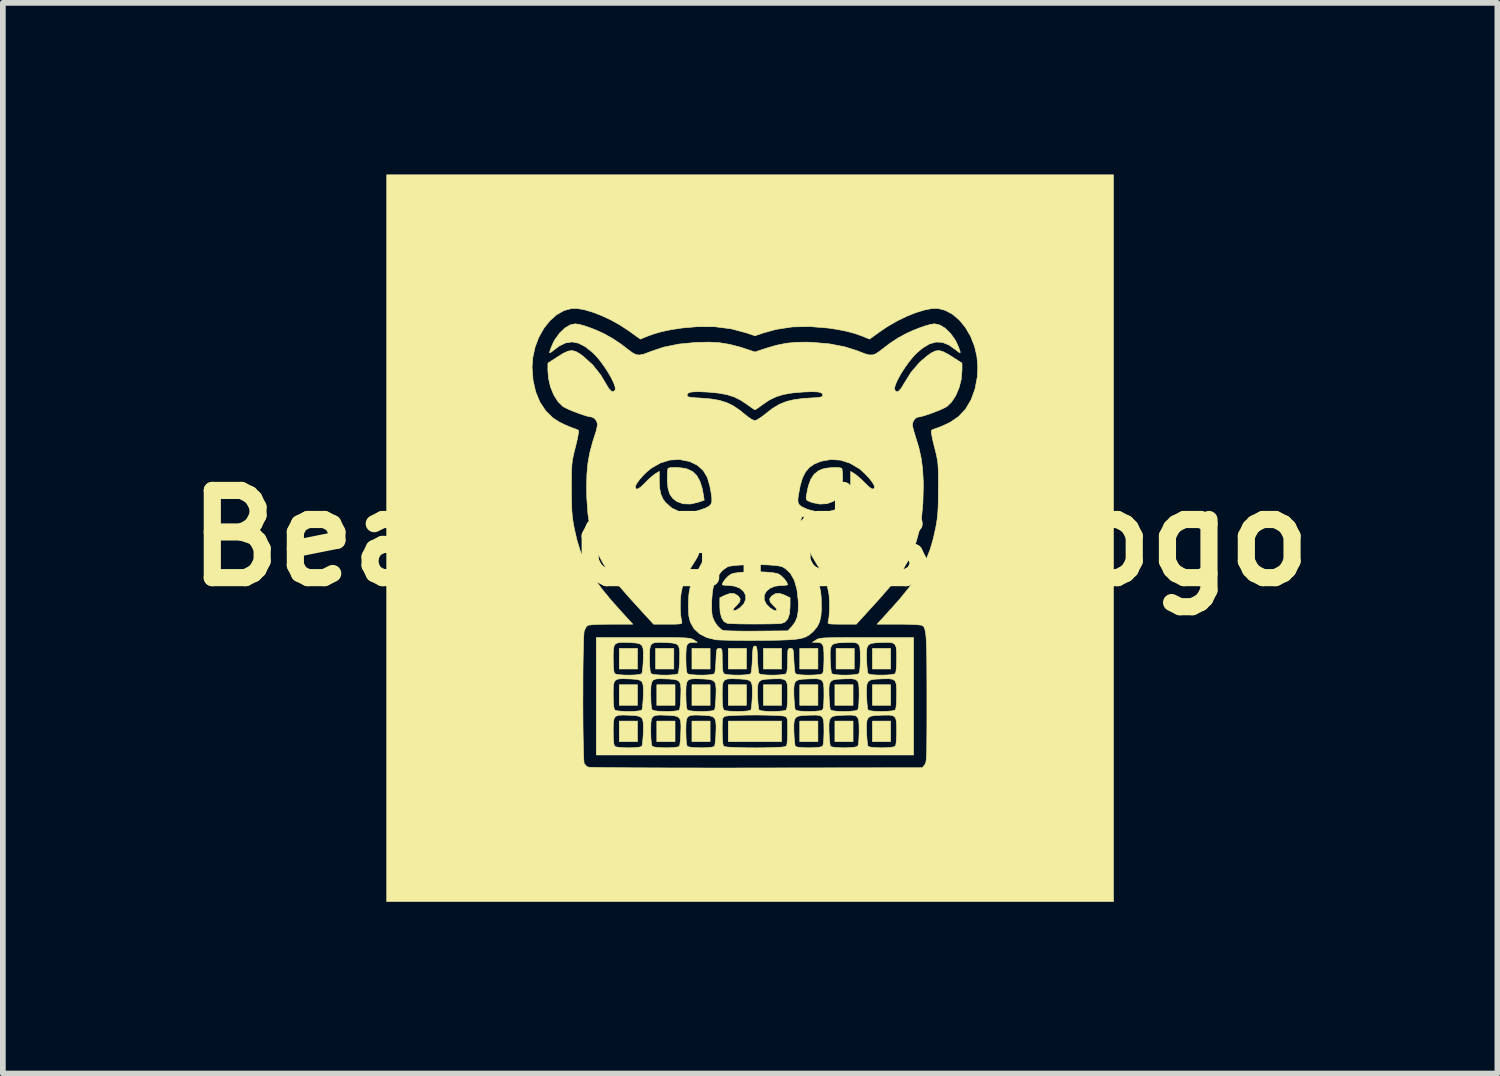
<source format=kicad_pcb>
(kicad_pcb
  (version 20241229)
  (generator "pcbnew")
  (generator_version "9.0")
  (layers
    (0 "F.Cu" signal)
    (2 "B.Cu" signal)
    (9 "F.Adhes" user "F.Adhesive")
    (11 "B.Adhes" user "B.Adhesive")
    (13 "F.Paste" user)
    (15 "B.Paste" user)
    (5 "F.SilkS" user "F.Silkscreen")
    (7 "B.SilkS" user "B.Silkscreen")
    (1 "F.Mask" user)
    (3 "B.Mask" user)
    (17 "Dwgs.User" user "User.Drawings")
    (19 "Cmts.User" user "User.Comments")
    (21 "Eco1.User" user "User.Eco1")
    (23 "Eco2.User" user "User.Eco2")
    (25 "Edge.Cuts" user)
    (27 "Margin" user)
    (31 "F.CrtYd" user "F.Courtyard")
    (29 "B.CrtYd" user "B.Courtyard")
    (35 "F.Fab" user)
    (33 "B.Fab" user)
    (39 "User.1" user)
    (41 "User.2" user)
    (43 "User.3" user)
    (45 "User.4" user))
  (footprint "BearBoards_Logo"
    (layer "F.Cu")
    (at 10.058 6.355)
    (property "Reference" "BearBoards_Logo" (at 0 0 0) (layer "F.SilkS") (effects (font (size 1.524 1.524) (thickness 0.3))))
    (attr through_hole)
    (fp_poly (pts (xy -1.968 2.286) (xy -2.286 2.286) (xy -2.286 1.926) (xy -1.968 1.926) (xy -1.968 2.286)) (stroke (width 0.01) (type solid)) (fill yes) (layer "F.SilkS"))
    (fp_poly (pts (xy -1.968 2.921) (xy -2.286 2.921) (xy -2.286 2.561) (xy -1.968 2.561) (xy -1.968 2.921)) (stroke (width 0.01) (type solid)) (fill yes) (layer "F.SilkS"))
    (fp_poly (pts (xy -1.968 3.556) (xy -2.286 3.556) (xy -2.286 3.196) (xy -1.968 3.196) (xy -1.968 3.556)) (stroke (width 0.01) (type solid)) (fill yes) (layer "F.SilkS"))
    (fp_poly (pts (xy -1.333 2.286) (xy -1.651 2.286) (xy -1.651 1.926) (xy -1.333 1.926) (xy -1.333 2.286)) (stroke (width 0.01) (type solid)) (fill yes) (layer "F.SilkS"))
    (fp_poly (pts (xy -1.312 2.921) (xy -1.63 2.921) (xy -1.63 2.561) (xy -1.312 2.561) (xy -1.312 2.921)) (stroke (width 0.01) (type solid)) (fill yes) (layer "F.SilkS"))
    (fp_poly (pts (xy -1.312 3.556) (xy -1.63 3.556) (xy -1.63 3.196) (xy -1.312 3.196) (xy -1.312 3.556)) (stroke (width 0.01) (type solid)) (fill yes) (layer "F.SilkS"))
    (fp_poly (pts (xy -0.699 2.286) (xy -1.016 2.286) (xy -1.016 1.926) (xy -0.699 1.926) (xy -0.699 2.286)) (stroke (width 0.01) (type solid)) (fill yes) (layer "F.SilkS"))
    (fp_poly (pts (xy -0.699 2.921) (xy -1.016 2.921) (xy -1.016 2.561) (xy -0.699 2.561) (xy -0.699 2.921)) (stroke (width 0.01) (type solid)) (fill yes) (layer "F.SilkS"))
    (fp_poly (pts (xy -0.699 3.556) (xy -1.016 3.556) (xy -1.016 3.196) (xy -0.699 3.196) (xy -0.699 3.556)) (stroke (width 0.01) (type solid)) (fill yes) (layer "F.SilkS"))
    (fp_poly (pts (xy -0.064 2.286) (xy -0.381 2.286) (xy -0.381 1.926) (xy -0.064 1.926) (xy -0.064 2.286)) (stroke (width 0.01) (type solid)) (fill yes) (layer "F.SilkS"))
    (fp_poly (pts (xy -0.064 2.921) (xy -0.381 2.921) (xy -0.381 2.561) (xy -0.064 2.561) (xy -0.064 2.921)) (stroke (width 0.01) (type solid)) (fill yes) (layer "F.SilkS"))
    (fp_poly (pts (xy 0.55 2.286) (xy 0.233 2.286) (xy 0.233 1.926) (xy 0.55 1.926) (xy 0.55 2.286)) (stroke (width 0.01) (type solid)) (fill yes) (layer "F.SilkS"))
    (fp_poly (pts (xy 0.55 2.921) (xy 0.233 2.921) (xy 0.233 2.561) (xy 0.55 2.561) (xy 0.55 2.921)) (stroke (width 0.01) (type solid)) (fill yes) (layer "F.SilkS"))
    (fp_poly (pts (xy 0.55 3.556) (xy -0.381 3.556) (xy -0.381 3.196) (xy 0.55 3.196) (xy 0.55 3.556)) (stroke (width 0.01) (type solid)) (fill yes) (layer "F.SilkS"))
    (fp_poly (pts (xy 1.185 2.286) (xy 0.868 2.286) (xy 0.868 1.926) (xy 1.185 1.926) (xy 1.185 2.286)) (stroke (width 0.01) (type solid)) (fill yes) (layer "F.SilkS"))
    (fp_poly (pts (xy 1.185 2.921) (xy 0.868 2.921) (xy 0.868 2.561) (xy 1.185 2.561) (xy 1.185 2.921)) (stroke (width 0.01) (type solid)) (fill yes) (layer "F.SilkS"))
    (fp_poly (pts (xy 1.185 3.556) (xy 0.868 3.556) (xy 0.868 3.196) (xy 1.185 3.196) (xy 1.185 3.556)) (stroke (width 0.01) (type solid)) (fill yes) (layer "F.SilkS"))
    (fp_poly (pts (xy 1.799 2.921) (xy 1.482 2.921) (xy 1.482 2.561) (xy 1.799 2.561) (xy 1.799 2.921)) (stroke (width 0.01) (type solid)) (fill yes) (layer "F.SilkS"))
    (fp_poly (pts (xy 1.799 3.556) (xy 1.482 3.556) (xy 1.482 3.196) (xy 1.799 3.196) (xy 1.799 3.556)) (stroke (width 0.01) (type solid)) (fill yes) (layer "F.SilkS"))
    (fp_poly (pts (xy 1.82 2.286) (xy 1.503 2.286) (xy 1.503 1.926) (xy 1.82 1.926) (xy 1.82 2.286)) (stroke (width 0.01) (type solid)) (fill yes) (layer "F.SilkS"))
    (fp_poly (pts (xy 2.455 2.286) (xy 2.138 2.286) (xy 2.138 1.926) (xy 2.455 1.926) (xy 2.455 2.286)) (stroke (width 0.01) (type solid)) (fill yes) (layer "F.SilkS"))
    (fp_poly (pts (xy 2.455 2.921) (xy 2.138 2.921) (xy 2.138 2.561) (xy 2.455 2.561) (xy 2.455 2.921)) (stroke (width 0.01) (type solid)) (fill yes) (layer "F.SilkS"))
    (fp_poly (pts (xy 2.455 3.556) (xy 2.138 3.556) (xy 2.138 3.196) (xy 2.455 3.196) (xy 2.455 3.556)) (stroke (width 0.01) (type solid)) (fill yes) (layer "F.SilkS"))
    (fp_poly (pts (xy -1.26 -1.234) (xy -1.18 -1.226) (xy -1.111 -1.213) (xy -1.095 -1.208) (xy -1.004 -1.164) (xy -0.933 -1.096) (xy -0.878 -0.998) (xy -0.837 -0.868) (xy -0.815 -0.751) (xy -0.802 -0.665) (xy -0.904 -0.629) (xy -1.042 -0.597) (xy -1.169 -0.601) (xy -1.279 -0.641) (xy -1.353 -0.697) (xy -1.404 -0.772) (xy -1.434 -0.871) (xy -1.447 -1.002) (xy -1.447 -1.026) (xy -1.446 -1.109) (xy -1.442 -1.176) (xy -1.435 -1.216) (xy -1.432 -1.221) (xy -1.399 -1.232) (xy -1.337 -1.236) (xy -1.26 -1.234)) (stroke (width 0.01) (type solid)) (fill yes) (layer "F.SilkS"))
    (fp_poly (pts (xy 1.553 -1.233) (xy 1.596 -1.224) (xy 1.602 -1.221) (xy 1.609 -1.192) (xy 1.615 -1.133) (xy 1.617 -1.054) (xy 1.617 -1.026) (xy 1.607 -0.889) (xy 1.58 -0.785) (xy 1.532 -0.708) (xy 1.461 -0.649) (xy 1.448 -0.641) (xy 1.343 -0.603) (xy 1.221 -0.596) (xy 1.094 -0.62) (xy 1.063 -0.631) (xy 1.007 -0.654) (xy 0.983 -0.676) (xy 0.979 -0.712) (xy 0.985 -0.751) (xy 1.017 -0.908) (xy 1.061 -1.029) (xy 1.12 -1.118) (xy 1.197 -1.179) (xy 1.265 -1.208) (xy 1.328 -1.223) (xy 1.406 -1.232) (xy 1.485 -1.236) (xy 1.553 -1.233)) (stroke (width 0.01) (type solid)) (fill yes) (layer "F.SilkS"))
    (fp_poly (pts (xy 0.183 0.588) (xy 0.301 0.594) (xy 0.402 0.604) (xy 0.476 0.618) (xy 0.497 0.626) (xy 0.547 0.66) (xy 0.598 0.711) (xy 0.638 0.765) (xy 0.656 0.809) (xy 0.656 0.812) (xy 0.637 0.82) (xy 0.588 0.825) (xy 0.548 0.826) (xy 0.434 0.839) (xy 0.343 0.877) (xy 0.28 0.932) (xy 0.247 1.001) (xy 0.247 1.076) (xy 0.283 1.152) (xy 0.348 1.217) (xy 0.411 1.257) (xy 0.453 1.269) (xy 0.467 1.255) (xy 0.451 1.22) (xy 0.402 1.172) (xy 0.351 1.114) (xy 0.342 1.061) (xy 0.375 1.012) (xy 0.376 1.011) (xy 0.442 0.97) (xy 0.513 0.964) (xy 0.599 0.993) (xy 0.604 0.995) (xy 0.699 1.041) (xy 0.698 1.193) (xy 0.689 1.318) (xy 0.66 1.407) (xy 0.611 1.464) (xy 0.55 1.489) (xy 0.508 1.493) (xy 0.432 1.496) (xy 0.331 1.498) (xy 0.212 1.499) (xy 0.084 1.5) (xy -0.044 1.499) (xy -0.165 1.498) (xy -0.269 1.495) (xy -0.349 1.492) (xy -0.396 1.488) (xy -0.398 1.488) (xy -0.457 1.456) (xy -0.499 1.387) (xy -0.524 1.286) (xy -0.529 1.193) (xy -0.529 1.041) (xy -0.434 0.995) (xy -0.348 0.965) (xy -0.276 0.969) (xy -0.21 1.008) (xy -0.206 1.011) (xy -0.173 1.06) (xy -0.182 1.113) (xy -0.232 1.171) (xy -0.233 1.172) (xy -0.283 1.223) (xy -0.298 1.256) (xy -0.282 1.269) (xy -0.239 1.256) (xy -0.178 1.217) (xy -0.108 1.145) (xy -0.076 1.068) (xy -0.08 0.993) (xy -0.116 0.926) (xy -0.182 0.872) (xy -0.275 0.837) (xy -0.379 0.826) (xy -0.44 0.823) (xy -0.479 0.817) (xy -0.487 0.812) (xy -0.472 0.77) (xy -0.433 0.716) (xy -0.383 0.665) (xy -0.332 0.628) (xy -0.327 0.626) (xy -0.27 0.61) (xy -0.18 0.598) (xy -0.068 0.59) (xy 0.056 0.587) (xy 0.183 0.588)) (stroke (width 0.01) (type solid)) (fill yes) (layer "F.SilkS"))
    (fp_poly (pts (xy 6.35 6.35) (xy -6.35 6.35) (xy -6.35 -2.985) (xy -3.81 -2.985) (xy -3.793 -2.761) (xy -3.747 -2.557) (xy -3.672 -2.377) (xy -3.57 -2.223) (xy -3.443 -2.099) (xy -3.331 -2.028) (xy -3.247 -1.987) (xy -3.165 -1.951) (xy -3.103 -1.927) (xy -3.101 -1.926) (xy -3.044 -1.906) (xy -3.005 -1.888) (xy -2.999 -1.884) (xy -2.997 -1.859) (xy -3.006 -1.801) (xy -3.022 -1.718) (xy -3.046 -1.619) (xy -3.052 -1.595) (xy -3.075 -1.504) (xy -3.092 -1.429) (xy -3.105 -1.362) (xy -3.113 -1.294) (xy -3.118 -1.217) (xy -3.121 -1.121) (xy -3.122 -1) (xy -3.122 -0.868) (xy -3.121 -0.704) (xy -3.118 -0.574) (xy -3.114 -0.468) (xy -3.106 -0.377) (xy -3.095 -0.293) (xy -3.079 -0.206) (xy -3.073 -0.173) (xy -3.027 0.028) (xy -2.972 0.211) (xy -2.904 0.383) (xy -2.819 0.549) (xy -2.715 0.716) (xy -2.587 0.891) (xy -2.433 1.079) (xy -2.258 1.275) (xy -2.05 1.503) (xy -2.423 1.503) (xy -2.552 1.504) (xy -2.666 1.507) (xy -2.756 1.512) (xy -2.816 1.519) (xy -2.837 1.524) (xy -2.869 1.558) (xy -2.895 1.613) (xy -2.899 1.625) (xy -2.904 1.664) (xy -2.908 1.739) (xy -2.912 1.846) (xy -2.915 1.98) (xy -2.918 2.135) (xy -2.92 2.308) (xy -2.921 2.492) (xy -2.921 2.684) (xy -2.922 2.878) (xy -2.921 3.07) (xy -2.92 3.255) (xy -2.918 3.427) (xy -2.915 3.582) (xy -2.912 3.716) (xy -2.909 3.823) (xy -2.904 3.898) (xy -2.9 3.937) (xy -2.898 3.94) (xy -2.861 3.982) (xy -2.83 4) (xy -2.803 4.003) (xy -2.736 4.005) (xy -2.631 4.007) (xy -2.491 4.009) (xy -2.317 4.01) (xy -2.113 4.012) (xy -1.879 4.013) (xy -1.618 4.014) (xy -1.334 4.015) (xy -1.027 4.015) (xy -0.7 4.016) (xy -0.355 4.016) (xy 0.005 4.015) (xy 0.113 4.015) (xy 3.009 4.011) (xy 3.05 3.961) (xy 3.059 3.948) (xy 3.066 3.932) (xy 3.073 3.909) (xy 3.078 3.874) (xy 3.082 3.826) (xy 3.085 3.759) (xy 3.087 3.672) (xy 3.088 3.559) (xy 3.089 3.418) (xy 3.09 3.245) (xy 3.09 3.037) (xy 3.09 2.808) (xy 3.09 2.546) (xy 3.089 2.324) (xy 3.088 2.137) (xy 3.086 1.983) (xy 3.082 1.858) (xy 3.077 1.759) (xy 3.071 1.682) (xy 3.062 1.625) (xy 3.052 1.584) (xy 3.04 1.556) (xy 3.025 1.537) (xy 3.007 1.525) (xy 3.006 1.524) (xy 2.972 1.517) (xy 2.902 1.511) (xy 2.805 1.506) (xy 2.686 1.503) (xy 2.593 1.503) (xy 2.219 1.503) (xy 2.427 1.275) (xy 2.611 1.069) (xy 2.764 0.881) (xy 2.891 0.707) (xy 2.994 0.54) (xy 3.077 0.373) (xy 3.145 0.201) (xy 3.199 0.017) (xy 3.242 -0.173) (xy 3.259 -0.264) (xy 3.271 -0.35) (xy 3.28 -0.439) (xy 3.286 -0.541) (xy 3.289 -0.664) (xy 3.29 -0.818) (xy 3.291 -0.868) (xy 3.291 -1.019) (xy 3.29 -1.136) (xy 3.287 -1.228) (xy 3.282 -1.304) (xy 3.273 -1.371) (xy 3.26 -1.438) (xy 3.242 -1.515) (xy 3.221 -1.595) (xy 3.196 -1.697) (xy 3.178 -1.784) (xy 3.168 -1.848) (xy 3.167 -1.882) (xy 3.168 -1.884) (xy 3.198 -1.9) (xy 3.251 -1.92) (xy 3.27 -1.926) (xy 3.332 -1.949) (xy 3.413 -1.985) (xy 3.498 -2.026) (xy 3.5 -2.028) (xy 3.646 -2.127) (xy 3.767 -2.258) (xy 3.862 -2.419) (xy 3.93 -2.605) (xy 3.97 -2.815) (xy 3.979 -2.985) (xy 3.964 -3.174) (xy 3.922 -3.355) (xy 3.855 -3.525) (xy 3.766 -3.678) (xy 3.661 -3.808) (xy 3.541 -3.911) (xy 3.41 -3.982) (xy 3.284 -4.015) (xy 3.176 -4.013) (xy 3.043 -3.987) (xy 2.891 -3.94) (xy 2.73 -3.875) (xy 2.565 -3.794) (xy 2.404 -3.701) (xy 2.287 -3.623) (xy 2.088 -3.479) (xy 1.969 -3.528) (xy 1.832 -3.577) (xy 1.687 -3.616) (xy 1.522 -3.649) (xy 1.359 -3.673) (xy 1.037 -3.699) (xy 0.737 -3.692) (xy 0.455 -3.649) (xy 0.231 -3.587) (xy 0.085 -3.537) (xy -0.061 -3.587) (xy -0.33 -3.659) (xy -0.615 -3.695) (xy -0.918 -3.697) (xy -1.19 -3.673) (xy -1.381 -3.644) (xy -1.543 -3.61) (xy -1.686 -3.569) (xy -1.799 -3.528) (xy -1.918 -3.479) (xy -2.118 -3.623) (xy -2.271 -3.724) (xy -2.433 -3.814) (xy -2.598 -3.891) (xy -2.758 -3.952) (xy -2.906 -3.995) (xy -3.034 -4.015) (xy -3.115 -4.015) (xy -3.252 -3.978) (xy -3.382 -3.904) (xy -3.501 -3.798) (xy -3.605 -3.666) (xy -3.692 -3.511) (xy -3.757 -3.341) (xy -3.797 -3.158) (xy -3.81 -2.985) (xy -6.35 -2.985) (xy -6.35 -6.35) (xy 6.35 -6.35) (xy 6.35 6.35)) (stroke (width 0.01) (type solid)) (fill yes) (layer "F.SilkS"))
    (fp_poly (pts (xy 3.315 -3.726) (xy 3.409 -3.669) (xy 3.501 -3.58) (xy 3.58 -3.471) (xy 3.607 -3.42) (xy 3.634 -3.36) (xy 3.657 -3.302) (xy 3.671 -3.257) (xy 3.67 -3.239) (xy 3.67 -3.239) (xy 3.647 -3.251) (xy 3.606 -3.282) (xy 3.593 -3.292) (xy 3.475 -3.376) (xy 3.362 -3.422) (xy 3.251 -3.428) (xy 3.137 -3.396) (xy 3.017 -3.324) (xy 2.921 -3.245) (xy 2.852 -3.174) (xy 2.779 -3.085) (xy 2.708 -2.986) (xy 2.642 -2.884) (xy 2.587 -2.786) (xy 2.547 -2.7) (xy 2.525 -2.632) (xy 2.526 -2.595) (xy 2.552 -2.56) (xy 2.589 -2.566) (xy 2.633 -2.609) (xy 2.683 -2.689) (xy 2.689 -2.7) (xy 2.813 -2.899) (xy 2.963 -3.073) (xy 3.087 -3.18) (xy 3.17 -3.239) (xy 3.239 -3.272) (xy 3.304 -3.279) (xy 3.374 -3.259) (xy 3.461 -3.214) (xy 3.531 -3.17) (xy 3.703 -3.059) (xy 3.703 -2.932) (xy 3.69 -2.778) (xy 3.652 -2.628) (xy 3.594 -2.491) (xy 3.519 -2.378) (xy 3.442 -2.303) (xy 3.391 -2.275) (xy 3.315 -2.24) (xy 3.222 -2.203) (xy 3.126 -2.168) (xy 3.037 -2.139) (xy 2.967 -2.121) (xy 2.935 -2.117) (xy 2.892 -2.098) (xy 2.856 -2.054) (xy 2.837 -1.998) (xy 2.836 -1.986) (xy 2.843 -1.941) (xy 2.861 -1.87) (xy 2.886 -1.789) (xy 2.888 -1.781) (xy 2.948 -1.586) (xy 2.989 -1.402) (xy 3.014 -1.213) (xy 3.026 -1.005) (xy 3.027 -0.895) (xy 3.02 -0.614) (xy 2.997 -0.365) (xy 2.959 -0.142) (xy 2.902 0.063) (xy 2.827 0.258) (xy 2.803 0.309) (xy 2.748 0.417) (xy 2.684 0.525) (xy 2.607 0.637) (xy 2.515 0.759) (xy 2.402 0.896) (xy 2.265 1.053) (xy 2.16 1.169) (xy 1.856 1.503) (xy 1.604 1.503) (xy 1.497 1.502) (xy 1.426 1.5) (xy 1.384 1.495) (xy 1.365 1.487) (xy 1.361 1.473) (xy 1.363 1.466) (xy 1.379 1.38) (xy 1.387 1.268) (xy 1.389 1.143) (xy 1.382 1.02) (xy 1.378 0.976) (xy 1.341 0.795) (xy 1.277 0.633) (xy 1.179 0.474) (xy 1.178 0.473) (xy 1.075 0.301) (xy 1.004 0.117) (xy 0.964 -0.088) (xy 0.953 -0.28) (xy 0.949 -0.346) (xy 0.934 -0.377) (xy 0.922 -0.381) (xy 0.9 -0.361) (xy 0.884 -0.307) (xy 0.874 -0.226) (xy 0.872 -0.126) (xy 0.878 -0.013) (xy 0.884 0.046) (xy 0.903 0.162) (xy 0.931 0.259) (xy 0.975 0.358) (xy 0.994 0.396) (xy 1.068 0.539) (xy 1.126 0.651) (xy 1.168 0.739) (xy 1.199 0.81) (xy 1.219 0.869) (xy 1.231 0.924) (xy 1.238 0.982) (xy 1.243 1.048) (xy 1.244 1.084) (xy 1.247 1.241) (xy 1.237 1.366) (xy 1.213 1.466) (xy 1.172 1.548) (xy 1.112 1.62) (xy 1.111 1.621) (xy 1.067 1.662) (xy 1.024 1.696) (xy 0.976 1.723) (xy 0.919 1.744) (xy 0.848 1.759) (xy 0.758 1.77) (xy 0.644 1.777) (xy 0.502 1.782) (xy 0.326 1.785) (xy 0.159 1.786) (xy -0.008 1.787) (xy -0.167 1.786) (xy -0.312 1.785) (xy -0.436 1.782) (xy -0.533 1.779) (xy -0.595 1.775) (xy -0.603 1.774) (xy -0.756 1.737) (xy -0.883 1.672) (xy -0.98 1.581) (xy -1.044 1.468) (xy -1.07 1.363) (xy -1.076 1.284) (xy -1.077 1.211) (xy -0.673 1.211) (xy -0.668 1.312) (xy -0.658 1.37) (xy -0.623 1.455) (xy -0.569 1.534) (xy -0.509 1.592) (xy -0.478 1.61) (xy -0.445 1.615) (xy -0.377 1.619) (xy -0.278 1.622) (xy -0.156 1.624) (xy -0.016 1.624) (xy 0.113 1.624) (xy 0.659 1.619) (xy 0.731 1.542) (xy 0.786 1.467) (xy 0.822 1.383) (xy 0.84 1.278) (xy 0.843 1.146) (xy 0.84 1.079) (xy 0.818 0.891) (xy 0.774 0.737) (xy 0.708 0.618) (xy 0.62 0.533) (xy 0.564 0.5) (xy 0.511 0.486) (xy 0.424 0.475) (xy 0.313 0.467) (xy 0.186 0.463) (xy 0.053 0.462) (xy -0.078 0.465) (xy -0.199 0.471) (xy -0.299 0.48) (xy -0.371 0.492) (xy -0.394 0.5) (xy -0.482 0.561) (xy -0.559 0.653) (xy -0.618 0.763) (xy -0.625 0.782) (xy -0.646 0.866) (xy -0.662 0.974) (xy -0.671 1.094) (xy -0.673 1.211) (xy -1.077 1.211) (xy -1.078 1.182) (xy -1.075 1.076) (xy -1.074 1.056) (xy -1.07 0.99) (xy -1.063 0.934) (xy -1.052 0.88) (xy -1.034 0.823) (xy -1.006 0.755) (xy -0.966 0.671) (xy -0.912 0.563) (xy -0.84 0.426) (xy -0.824 0.396) (xy -0.774 0.29) (xy -0.741 0.195) (xy -0.72 0.088) (xy -0.715 0.046) (xy -0.705 -0.069) (xy -0.703 -0.176) (xy -0.709 -0.268) (xy -0.722 -0.337) (xy -0.741 -0.376) (xy -0.753 -0.381) (xy -0.773 -0.367) (xy -0.782 -0.321) (xy -0.784 -0.28) (xy -0.799 -0.054) (xy -0.844 0.147) (xy -0.92 0.329) (xy -1.009 0.473) (xy -1.107 0.633) (xy -1.172 0.795) (xy -1.208 0.976) (xy -1.208 0.976) (xy -1.218 1.094) (xy -1.22 1.22) (xy -1.214 1.339) (xy -1.2 1.437) (xy -1.193 1.466) (xy -1.192 1.482) (xy -1.204 1.492) (xy -1.235 1.498) (xy -1.292 1.502) (xy -1.383 1.503) (xy -1.434 1.503) (xy -1.686 1.503) (xy -1.957 1.207) (xy -2.112 1.036) (xy -2.24 0.889) (xy -2.346 0.762) (xy -2.433 0.649) (xy -2.505 0.545) (xy -2.566 0.445) (xy -2.619 0.345) (xy -2.657 0.266) (xy -2.736 0.058) (xy -2.795 -0.17) (xy -2.834 -0.424) (xy -2.854 -0.708) (xy -2.857 -0.892) (xy -2.006 -0.892) (xy -1.992 -0.861) (xy -1.963 -0.86) (xy -1.916 -0.89) (xy -1.849 -0.953) (xy -1.835 -0.968) (xy -1.77 -1.032) (xy -1.706 -1.088) (xy -1.657 -1.125) (xy -1.652 -1.128) (xy -1.587 -1.167) (xy -1.587 -1.012) (xy -1.581 -0.875) (xy -1.56 -0.769) (xy -1.522 -0.684) (xy -1.477 -0.623) (xy -1.368 -0.526) (xy -1.243 -0.468) (xy -1.103 -0.45) (xy -0.947 -0.471) (xy -0.857 -0.498) (xy -0.776 -0.528) (xy -0.72 -0.556) (xy -0.685 -0.591) (xy -0.669 -0.638) (xy -0.669 -0.643) (xy 0.835 -0.643) (xy 0.85 -0.595) (xy 0.89 -0.557) (xy 0.961 -0.522) (xy 1.027 -0.496) (xy 1.188 -0.456) (xy 1.338 -0.456) (xy 1.475 -0.494) (xy 1.496 -0.504) (xy 1.593 -0.571) (xy 1.674 -0.659) (xy 1.727 -0.755) (xy 1.734 -0.777) (xy 1.746 -0.84) (xy 1.754 -0.926) (xy 1.757 -1.012) (xy 1.757 -1.167) (xy 1.822 -1.128) (xy 1.868 -1.094) (xy 1.93 -1.04) (xy 1.996 -0.976) (xy 2.004 -0.968) (xy 2.075 -0.899) (xy 2.125 -0.863) (xy 2.157 -0.859) (xy 2.174 -0.885) (xy 2.176 -0.892) (xy 2.166 -0.929) (xy 2.13 -0.986) (xy 2.077 -1.053) (xy 2.012 -1.122) (xy 1.944 -1.186) (xy 1.903 -1.218) (xy 1.745 -1.311) (xy 1.58 -1.364) (xy 1.412 -1.375) (xy 1.243 -1.345) (xy 1.232 -1.341) (xy 1.123 -1.297) (xy 1.037 -1.238) (xy 0.969 -1.159) (xy 0.916 -1.055) (xy 0.876 -0.92) (xy 0.844 -0.75) (xy 0.838 -0.707) (xy 0.835 -0.643) (xy -0.669 -0.643) (xy -0.669 -0.706) (xy -0.683 -0.803) (xy -0.703 -0.91) (xy -0.747 -1.063) (xy -0.819 -1.183) (xy -0.92 -1.274) (xy -1.051 -1.338) (xy -1.062 -1.341) (xy -1.231 -1.375) (xy -1.399 -1.366) (xy -1.564 -1.316) (xy -1.723 -1.226) (xy -1.734 -1.218) (xy -1.802 -1.162) (xy -1.87 -1.095) (xy -1.931 -1.025) (xy -1.978 -0.961) (xy -2.004 -0.912) (xy -2.006 -0.892) (xy -2.857 -0.892) (xy -2.857 -0.895) (xy -2.852 -1.117) (xy -2.834 -1.313) (xy -2.8 -1.498) (xy -2.75 -1.685) (xy -2.719 -1.781) (xy -2.693 -1.863) (xy -2.675 -1.937) (xy -2.667 -1.987) (xy -2.667 -1.99) (xy -2.682 -2.045) (xy -2.718 -2.092) (xy -2.762 -2.116) (xy -2.769 -2.117) (xy -2.817 -2.125) (xy -2.892 -2.146) (xy -2.982 -2.177) (xy -3.078 -2.213) (xy -3.167 -2.249) (xy -3.237 -2.283) (xy -3.272 -2.303) (xy -3.359 -2.389) (xy -3.428 -2.5) (xy -1.101 -2.5) (xy -1.096 -2.483) (xy -1.079 -2.47) (xy -1.041 -2.462) (xy -0.975 -2.455) (xy -0.875 -2.449) (xy -0.873 -2.449) (xy -0.69 -2.434) (xy -0.538 -2.409) (xy -0.409 -2.369) (xy -0.292 -2.312) (xy -0.178 -2.234) (xy -0.112 -2.18) (xy -0.042 -2.124) (xy 0.021 -2.081) (xy 0.068 -2.057) (xy 0.08 -2.055) (xy 0.121 -2.068) (xy 0.185 -2.108) (xy 0.265 -2.168) (xy 0.276 -2.178) (xy 0.396 -2.27) (xy 0.511 -2.339) (xy 0.632 -2.388) (xy 0.769 -2.421) (xy 0.931 -2.442) (xy 1.042 -2.449) (xy 1.144 -2.455) (xy 1.21 -2.462) (xy 1.248 -2.47) (xy 1.266 -2.483) (xy 1.27 -2.5) (xy 1.27 -2.5) (xy 1.261 -2.528) (xy 1.229 -2.547) (xy 1.171 -2.557) (xy 1.081 -2.56) (xy 0.955 -2.556) (xy 0.923 -2.554) (xy 0.738 -2.538) (xy 0.586 -2.512) (xy 0.455 -2.472) (xy 0.337 -2.415) (xy 0.222 -2.338) (xy 0.212 -2.331) (xy 0.153 -2.287) (xy 0.107 -2.256) (xy 0.085 -2.244) (xy 0.085 -2.244) (xy 0.063 -2.256) (xy 0.018 -2.287) (xy -0.042 -2.33) (xy -0.043 -2.331) (xy -0.159 -2.409) (xy -0.276 -2.468) (xy -0.405 -2.509) (xy -0.556 -2.536) (xy -0.737 -2.553) (xy -0.754 -2.554) (xy -0.888 -2.56) (xy -0.985 -2.558) (xy -1.05 -2.55) (xy -1.086 -2.533) (xy -1.1 -2.507) (xy -1.101 -2.5) (xy -3.428 -2.5) (xy -3.432 -2.506) (xy -3.488 -2.644) (xy -3.523 -2.795) (xy -3.534 -2.932) (xy -3.533 -3.059) (xy -3.362 -3.17) (xy -3.26 -3.233) (xy -3.18 -3.269) (xy -3.112 -3.279) (xy -3.047 -3.263) (xy -2.975 -3.222) (xy -2.918 -3.18) (xy -2.752 -3.03) (xy -2.608 -2.849) (xy -2.52 -2.7) (xy -2.469 -2.616) (xy -2.424 -2.569) (xy -2.387 -2.559) (xy -2.359 -2.589) (xy -2.357 -2.595) (xy -2.358 -2.64) (xy -2.382 -2.711) (xy -2.424 -2.799) (xy -2.481 -2.898) (xy -2.548 -3) (xy -2.619 -3.098) (xy -2.692 -3.185) (xy -2.752 -3.245) (xy -2.88 -3.347) (xy -2.999 -3.408) (xy -3.112 -3.43) (xy -3.223 -3.413) (xy -3.336 -3.358) (xy -3.424 -3.292) (xy -3.468 -3.258) (xy -3.497 -3.24) (xy -3.501 -3.239) (xy -3.502 -3.256) (xy -3.489 -3.299) (xy -3.466 -3.357) (xy -3.439 -3.418) (xy -3.412 -3.469) (xy -3.41 -3.471) (xy -3.326 -3.587) (xy -3.234 -3.674) (xy -3.139 -3.729) (xy -3.055 -3.746) (xy -2.991 -3.737) (xy -2.9 -3.713) (xy -2.792 -3.676) (xy -2.677 -3.63) (xy -2.565 -3.579) (xy -2.551 -3.572) (xy -2.402 -3.489) (xy -2.255 -3.391) (xy -2.12 -3.287) (xy -2.05 -3.236) (xy -1.991 -3.207) (xy -1.93 -3.201) (xy -1.858 -3.216) (xy -1.761 -3.252) (xy -1.737 -3.262) (xy -1.508 -3.339) (xy -1.245 -3.392) (xy -0.948 -3.421) (xy -0.917 -3.422) (xy -0.714 -3.426) (xy -0.536 -3.416) (xy -0.368 -3.389) (xy -0.193 -3.345) (xy -0.111 -3.319) (xy 0.085 -3.254) (xy 0.28 -3.319) (xy 0.462 -3.372) (xy 0.631 -3.406) (xy 0.803 -3.423) (xy 0.993 -3.426) (xy 1.086 -3.422) (xy 1.387 -3.396) (xy 1.654 -3.345) (xy 1.885 -3.271) (xy 1.906 -3.262) (xy 2.009 -3.222) (xy 2.086 -3.202) (xy 2.148 -3.204) (xy 2.207 -3.228) (xy 2.273 -3.275) (xy 2.289 -3.287) (xy 2.446 -3.407) (xy 2.592 -3.502) (xy 2.72 -3.572) (xy 2.83 -3.623) (xy 2.946 -3.67) (xy 3.055 -3.708) (xy 3.149 -3.735) (xy 3.217 -3.746) (xy 3.224 -3.746) (xy 3.315 -3.726)) (stroke (width 0.01) (type solid)) (fill yes) (layer "F.SilkS"))
    (fp_poly (pts (xy 2.857 3.789) (xy -2.688 3.789) (xy -2.688 3.373) (xy -2.392 3.373) (xy -2.389 3.499) (xy -2.382 3.586) (xy -2.37 3.632) (xy -2.366 3.636) (xy -2.334 3.649) (xy -2.271 3.657) (xy -2.19 3.662) (xy -2.101 3.663) (xy -2.016 3.66) (xy -1.945 3.653) (xy -1.9 3.642) (xy -1.891 3.635) (xy -1.883 3.604) (xy -1.876 3.541) (xy -1.869 3.456) (xy -1.867 3.397) (xy -1.866 3.373) (xy -1.736 3.373) (xy -1.733 3.499) (xy -1.726 3.586) (xy -1.714 3.632) (xy -1.71 3.636) (xy -1.677 3.649) (xy -1.615 3.657) (xy -1.534 3.662) (xy -1.445 3.663) (xy -1.36 3.66) (xy -1.289 3.653) (xy -1.244 3.642) (xy -1.235 3.635) (xy -1.227 3.604) (xy -1.219 3.541) (xy -1.213 3.456) (xy -1.211 3.397) (xy -1.21 3.373) (xy -1.122 3.373) (xy -1.119 3.499) (xy -1.112 3.586) (xy -1.1 3.632) (xy -1.096 3.636) (xy -1.064 3.649) (xy -1.001 3.657) (xy -0.92 3.662) (xy -0.831 3.663) (xy -0.746 3.66) (xy -0.675 3.653) (xy -0.63 3.642) (xy -0.621 3.635) (xy -0.613 3.604) (xy -0.606 3.541) (xy -0.599 3.456) (xy -0.597 3.397) (xy -0.596 3.371) (xy -0.487 3.371) (xy -0.484 3.498) (xy -0.477 3.585) (xy -0.465 3.632) (xy -0.461 3.636) (xy -0.432 3.645) (xy -0.368 3.652) (xy -0.276 3.657) (xy -0.163 3.661) (xy -0.036 3.663) (xy 0.097 3.664) (xy 0.23 3.663) (xy 0.354 3.66) (xy 0.464 3.656) (xy 0.552 3.651) (xy 0.61 3.643) (xy 0.631 3.636) (xy 0.644 3.6) (xy 0.652 3.522) (xy 0.656 3.405) (xy 0.656 3.371) (xy 0.656 3.268) (xy 0.655 3.255) (xy 0.764 3.255) (xy 0.765 3.361) (xy 0.766 3.397) (xy 0.771 3.49) (xy 0.778 3.568) (xy 0.785 3.62) (xy 0.79 3.635) (xy 0.819 3.648) (xy 0.878 3.657) (xy 0.957 3.662) (xy 1.046 3.663) (xy 1.132 3.66) (xy 1.205 3.653) (xy 1.254 3.643) (xy 1.266 3.636) (xy 1.279 3.6) (xy 1.287 3.523) (xy 1.291 3.405) (xy 1.291 3.373) (xy 1.29 3.257) (xy 1.29 3.255) (xy 1.378 3.255) (xy 1.379 3.361) (xy 1.38 3.397) (xy 1.385 3.49) (xy 1.392 3.568) (xy 1.399 3.62) (xy 1.404 3.635) (xy 1.432 3.648) (xy 1.492 3.657) (xy 1.571 3.662) (xy 1.66 3.663) (xy 1.746 3.66) (xy 1.819 3.653) (xy 1.868 3.643) (xy 1.88 3.636) (xy 1.893 3.6) (xy 1.901 3.523) (xy 1.905 3.405) (xy 1.905 3.373) (xy 1.904 3.257) (xy 1.904 3.255) (xy 2.034 3.255) (xy 2.035 3.361) (xy 2.036 3.397) (xy 2.041 3.49) (xy 2.048 3.568) (xy 2.055 3.62) (xy 2.06 3.635) (xy 2.089 3.648) (xy 2.148 3.657) (xy 2.227 3.662) (xy 2.316 3.663) (xy 2.402 3.66) (xy 2.475 3.653) (xy 2.524 3.643) (xy 2.536 3.636) (xy 2.549 3.6) (xy 2.557 3.523) (xy 2.561 3.405) (xy 2.561 3.373) (xy 2.56 3.257) (xy 2.553 3.177) (xy 2.533 3.128) (xy 2.494 3.101) (xy 2.429 3.091) (xy 2.333 3.092) (xy 2.282 3.094) (xy 2.18 3.099) (xy 2.11 3.111) (xy 2.066 3.137) (xy 2.043 3.183) (xy 2.034 3.255) (xy 1.904 3.255) (xy 1.897 3.177) (xy 1.877 3.128) (xy 1.838 3.101) (xy 1.773 3.091) (xy 1.677 3.092) (xy 1.626 3.094) (xy 1.524 3.099) (xy 1.454 3.111) (xy 1.41 3.137) (xy 1.386 3.183) (xy 1.378 3.255) (xy 1.29 3.255) (xy 1.283 3.177) (xy 1.263 3.128) (xy 1.224 3.101) (xy 1.159 3.091) (xy 1.063 3.092) (xy 1.012 3.094) (xy 0.91 3.099) (xy 0.84 3.111) (xy 0.796 3.137) (xy 0.773 3.183) (xy 0.764 3.255) (xy 0.655 3.255) (xy 0.654 3.199) (xy 0.648 3.156) (xy 0.638 3.132) (xy 0.621 3.119) (xy 0.602 3.111) (xy 0.565 3.105) (xy 0.493 3.1) (xy 0.393 3.095) (xy 0.272 3.092) (xy 0.136 3.09) (xy 0.085 3.09) (xy -0.054 3.091) (xy -0.182 3.094) (xy -0.29 3.098) (xy -0.373 3.103) (xy -0.424 3.109) (xy -0.433 3.111) (xy -0.456 3.121) (xy -0.471 3.136) (xy -0.481 3.163) (xy -0.485 3.211) (xy -0.487 3.287) (xy -0.487 3.371) (xy -0.596 3.371) (xy -0.594 3.281) (xy -0.6 3.2) (xy -0.618 3.147) (xy -0.656 3.117) (xy -0.719 3.102) (xy -0.811 3.095) (xy -0.843 3.094) (xy -0.954 3.09) (xy -1.031 3.095) (xy -1.08 3.114) (xy -1.107 3.153) (xy -1.119 3.22) (xy -1.122 3.319) (xy -1.122 3.373) (xy -1.21 3.373) (xy -1.208 3.281) (xy -1.213 3.2) (xy -1.232 3.147) (xy -1.27 3.117) (xy -1.333 3.102) (xy -1.425 3.095) (xy -1.456 3.094) (xy -1.568 3.09) (xy -1.645 3.095) (xy -1.694 3.114) (xy -1.721 3.153) (xy -1.733 3.22) (xy -1.736 3.319) (xy -1.736 3.373) (xy -1.866 3.373) (xy -1.864 3.281) (xy -1.87 3.2) (xy -1.888 3.147) (xy -1.926 3.117) (xy -1.989 3.102) (xy -2.081 3.095) (xy -2.113 3.094) (xy -2.224 3.09) (xy -2.301 3.095) (xy -2.35 3.114) (xy -2.377 3.153) (xy -2.389 3.22) (xy -2.392 3.319) (xy -2.392 3.373) (xy -2.688 3.373) (xy -2.688 2.738) (xy -2.392 2.738) (xy -2.389 2.864) (xy -2.382 2.951) (xy -2.37 2.997) (xy -2.366 3.001) (xy -2.334 3.014) (xy -2.271 3.022) (xy -2.19 3.027) (xy -2.101 3.028) (xy -2.016 3.025) (xy -1.945 3.018) (xy -1.9 3.007) (xy -1.891 3) (xy -1.883 2.969) (xy -1.876 2.906) (xy -1.869 2.821) (xy -1.867 2.762) (xy -1.866 2.738) (xy -1.736 2.738) (xy -1.733 2.864) (xy -1.726 2.951) (xy -1.714 2.997) (xy -1.71 3.001) (xy -1.677 3.014) (xy -1.615 3.022) (xy -1.534 3.027) (xy -1.445 3.028) (xy -1.36 3.025) (xy -1.289 3.018) (xy -1.244 3.007) (xy -1.235 3) (xy -1.227 2.969) (xy -1.219 2.906) (xy -1.213 2.821) (xy -1.211 2.762) (xy -1.21 2.738) (xy -1.122 2.738) (xy -1.119 2.864) (xy -1.112 2.951) (xy -1.1 2.997) (xy -1.096 3.001) (xy -1.064 3.014) (xy -1.001 3.022) (xy -0.92 3.027) (xy -0.831 3.028) (xy -0.746 3.025) (xy -0.675 3.018) (xy -0.63 3.007) (xy -0.621 3) (xy -0.613 2.969) (xy -0.606 2.906) (xy -0.599 2.821) (xy -0.597 2.762) (xy -0.596 2.738) (xy -0.487 2.738) (xy -0.484 2.864) (xy -0.477 2.951) (xy -0.465 2.997) (xy -0.461 3.001) (xy -0.429 3.014) (xy -0.366 3.022) (xy -0.285 3.027) (xy -0.196 3.028) (xy -0.111 3.025) (xy -0.04 3.018) (xy 0.005 3.007) (xy 0.014 3) (xy 0.022 2.969) (xy 0.029 2.906) (xy 0.036 2.821) (xy 0.038 2.762) (xy 0.041 2.646) (xy 0.039 2.62) (xy 0.129 2.62) (xy 0.13 2.726) (xy 0.131 2.762) (xy 0.136 2.855) (xy 0.143 2.933) (xy 0.15 2.985) (xy 0.155 3) (xy 0.184 3.013) (xy 0.243 3.022) (xy 0.322 3.027) (xy 0.411 3.028) (xy 0.497 3.025) (xy 0.57 3.018) (xy 0.619 3.008) (xy 0.631 3.001) (xy 0.644 2.965) (xy 0.652 2.888) (xy 0.656 2.77) (xy 0.656 2.738) (xy 0.655 2.622) (xy 0.655 2.62) (xy 0.764 2.62) (xy 0.765 2.726) (xy 0.766 2.762) (xy 0.771 2.855) (xy 0.778 2.933) (xy 0.785 2.985) (xy 0.79 3) (xy 0.819 3.013) (xy 0.878 3.022) (xy 0.957 3.027) (xy 1.046 3.028) (xy 1.132 3.025) (xy 1.205 3.018) (xy 1.254 3.008) (xy 1.266 3.001) (xy 1.279 2.965) (xy 1.287 2.888) (xy 1.291 2.77) (xy 1.291 2.738) (xy 1.29 2.622) (xy 1.29 2.62) (xy 1.378 2.62) (xy 1.379 2.726) (xy 1.38 2.762) (xy 1.385 2.855) (xy 1.392 2.933) (xy 1.399 2.985) (xy 1.404 3) (xy 1.432 3.013) (xy 1.492 3.022) (xy 1.571 3.027) (xy 1.66 3.028) (xy 1.746 3.025) (xy 1.819 3.018) (xy 1.868 3.008) (xy 1.88 3.001) (xy 1.893 2.965) (xy 1.901 2.888) (xy 1.905 2.77) (xy 1.905 2.738) (xy 1.904 2.622) (xy 1.904 2.62) (xy 2.034 2.62) (xy 2.035 2.726) (xy 2.036 2.762) (xy 2.041 2.855) (xy 2.048 2.933) (xy 2.055 2.985) (xy 2.06 3) (xy 2.089 3.013) (xy 2.148 3.022) (xy 2.227 3.027) (xy 2.316 3.028) (xy 2.402 3.025) (xy 2.475 3.018) (xy 2.524 3.008) (xy 2.536 3.001) (xy 2.549 2.965) (xy 2.557 2.888) (xy 2.561 2.77) (xy 2.561 2.738) (xy 2.56 2.622) (xy 2.553 2.542) (xy 2.533 2.493) (xy 2.494 2.466) (xy 2.429 2.456) (xy 2.333 2.457) (xy 2.282 2.459) (xy 2.18 2.464) (xy 2.11 2.476) (xy 2.066 2.502) (xy 2.043 2.548) (xy 2.034 2.62) (xy 1.904 2.62) (xy 1.897 2.542) (xy 1.877 2.493) (xy 1.838 2.466) (xy 1.773 2.456) (xy 1.677 2.457) (xy 1.626 2.459) (xy 1.524 2.464) (xy 1.454 2.476) (xy 1.41 2.502) (xy 1.386 2.548) (xy 1.378 2.62) (xy 1.29 2.62) (xy 1.283 2.542) (xy 1.263 2.493) (xy 1.224 2.466) (xy 1.159 2.456) (xy 1.063 2.457) (xy 1.012 2.459) (xy 0.91 2.464) (xy 0.84 2.476) (xy 0.796 2.502) (xy 0.773 2.548) (xy 0.764 2.62) (xy 0.655 2.62) (xy 0.648 2.542) (xy 0.628 2.493) (xy 0.589 2.466) (xy 0.524 2.456) (xy 0.428 2.457) (xy 0.377 2.459) (xy 0.275 2.464) (xy 0.205 2.476) (xy 0.161 2.502) (xy 0.138 2.548) (xy 0.129 2.62) (xy 0.039 2.62) (xy 0.035 2.565) (xy 0.017 2.512) (xy -0.021 2.482) (xy -0.084 2.467) (xy -0.176 2.46) (xy -0.208 2.459) (xy -0.319 2.455) (xy -0.396 2.46) (xy -0.445 2.479) (xy -0.472 2.518) (xy -0.484 2.585) (xy -0.487 2.684) (xy -0.487 2.738) (xy -0.596 2.738) (xy -0.594 2.646) (xy -0.6 2.565) (xy -0.618 2.512) (xy -0.656 2.482) (xy -0.719 2.467) (xy -0.811 2.46) (xy -0.843 2.459) (xy -0.954 2.455) (xy -1.031 2.46) (xy -1.08 2.479) (xy -1.107 2.518) (xy -1.119 2.585) (xy -1.122 2.684) (xy -1.122 2.738) (xy -1.21 2.738) (xy -1.208 2.646) (xy -1.213 2.565) (xy -1.232 2.512) (xy -1.27 2.482) (xy -1.333 2.467) (xy -1.425 2.46) (xy -1.456 2.459) (xy -1.568 2.455) (xy -1.645 2.46) (xy -1.694 2.479) (xy -1.721 2.518) (xy -1.733 2.585) (xy -1.736 2.684) (xy -1.736 2.738) (xy -1.866 2.738) (xy -1.864 2.646) (xy -1.87 2.565) (xy -1.888 2.512) (xy -1.926 2.482) (xy -1.989 2.467) (xy -2.081 2.46) (xy -2.113 2.459) (xy -2.224 2.455) (xy -2.301 2.46) (xy -2.35 2.479) (xy -2.377 2.518) (xy -2.389 2.585) (xy -2.392 2.684) (xy -2.392 2.738) (xy -2.688 2.738) (xy -2.688 2.103) (xy -2.392 2.103) (xy -2.389 2.229) (xy -2.382 2.316) (xy -2.37 2.362) (xy -2.366 2.366) (xy -2.334 2.379) (xy -2.271 2.387) (xy -2.19 2.392) (xy -2.101 2.393) (xy -2.016 2.39) (xy -1.945 2.383) (xy -1.9 2.372) (xy -1.891 2.365) (xy -1.883 2.334) (xy -1.876 2.271) (xy -1.869 2.186) (xy -1.867 2.127) (xy -1.866 2.103) (xy -1.757 2.103) (xy -1.754 2.229) (xy -1.747 2.316) (xy -1.735 2.362) (xy -1.731 2.366) (xy -1.699 2.379) (xy -1.636 2.387) (xy -1.555 2.392) (xy -1.466 2.393) (xy -1.381 2.39) (xy -1.31 2.383) (xy -1.265 2.372) (xy -1.256 2.365) (xy -1.248 2.334) (xy -1.241 2.271) (xy -1.234 2.186) (xy -1.232 2.127) (xy -1.229 2.011) (xy -1.235 1.93) (xy -1.253 1.877) (xy -1.291 1.847) (xy -1.354 1.832) (xy -1.446 1.825) (xy -1.478 1.824) (xy -1.589 1.82) (xy -1.666 1.825) (xy -1.715 1.844) (xy -1.742 1.883) (xy -1.754 1.95) (xy -1.757 2.049) (xy -1.757 2.103) (xy -1.866 2.103) (xy -1.864 2.011) (xy -1.87 1.93) (xy -1.888 1.877) (xy -1.926 1.847) (xy -1.989 1.832) (xy -2.081 1.825) (xy -2.113 1.824) (xy -2.224 1.82) (xy -2.301 1.825) (xy -2.35 1.844) (xy -2.377 1.883) (xy -2.389 1.95) (xy -2.392 2.049) (xy -2.392 2.103) (xy -2.688 2.103) (xy -2.688 1.736) (xy -1.868 1.736) (xy -1.659 1.736) (xy -1.489 1.736) (xy -1.353 1.737) (xy -1.246 1.739) (xy -1.164 1.741) (xy -1.104 1.745) (xy -1.06 1.75) (xy -1.029 1.757) (xy -1.007 1.765) (xy -0.989 1.775) (xy -0.984 1.778) (xy -0.921 1.82) (xy -0.98 1.82) (xy -1.038 1.823) (xy -1.077 1.836) (xy -1.102 1.866) (xy -1.115 1.919) (xy -1.121 2.002) (xy -1.122 2.103) (xy -1.119 2.229) (xy -1.112 2.316) (xy -1.1 2.362) (xy -1.096 2.366) (xy -1.064 2.379) (xy -1.001 2.387) (xy -0.92 2.392) (xy -0.831 2.393) (xy -0.746 2.39) (xy -0.675 2.383) (xy -0.63 2.372) (xy -0.621 2.365) (xy -0.613 2.334) (xy -0.605 2.271) (xy -0.599 2.186) (xy -0.596 2.133) (xy -0.592 2.038) (xy -0.587 1.978) (xy -0.579 1.944) (xy -0.565 1.93) (xy -0.544 1.926) (xy -0.537 1.926) (xy -0.514 1.928) (xy -0.5 1.938) (xy -0.491 1.964) (xy -0.488 2.014) (xy -0.487 2.097) (xy -0.487 2.134) (xy -0.484 2.247) (xy -0.476 2.325) (xy -0.463 2.365) (xy -0.461 2.366) (xy -0.429 2.379) (xy -0.366 2.387) (xy -0.285 2.392) (xy -0.196 2.393) (xy -0.111 2.39) (xy -0.04 2.383) (xy 0.005 2.372) (xy 0.014 2.365) (xy 0.022 2.334) (xy 0.029 2.271) (xy 0.036 2.185) (xy 0.039 2.111) (xy 0.043 2.01) (xy 0.049 1.944) (xy 0.056 1.906) (xy 0.068 1.888) (xy 0.085 1.884) (xy 0.102 1.888) (xy 0.113 1.906) (xy 0.121 1.945) (xy 0.126 2.012) (xy 0.13 2.111) (xy 0.135 2.207) (xy 0.142 2.288) (xy 0.149 2.345) (xy 0.155 2.365) (xy 0.183 2.378) (xy 0.243 2.387) (xy 0.322 2.392) (xy 0.411 2.393) (xy 0.497 2.39) (xy 0.57 2.383) (xy 0.619 2.373) (xy 0.631 2.366) (xy 0.644 2.33) (xy 0.653 2.255) (xy 0.656 2.145) (xy 0.656 2.134) (xy 0.657 2.039) (xy 0.659 1.978) (xy 0.665 1.945) (xy 0.678 1.93) (xy 0.698 1.926) (xy 0.707 1.926) (xy 0.73 1.928) (xy 0.745 1.939) (xy 0.754 1.967) (xy 0.76 2.019) (xy 0.764 2.103) (xy 0.765 2.133) (xy 0.771 2.224) (xy 0.778 2.301) (xy 0.786 2.352) (xy 0.79 2.365) (xy 0.819 2.378) (xy 0.878 2.387) (xy 0.957 2.392) (xy 1.046 2.393) (xy 1.132 2.39) (xy 1.205 2.384) (xy 1.254 2.373) (xy 1.266 2.366) (xy 1.279 2.33) (xy 1.287 2.253) (xy 1.291 2.135) (xy 1.291 2.103) (xy 1.29 1.988) (xy 1.289 1.985) (xy 1.399 1.985) (xy 1.4 2.091) (xy 1.401 2.127) (xy 1.406 2.22) (xy 1.413 2.298) (xy 1.42 2.35) (xy 1.425 2.365) (xy 1.454 2.378) (xy 1.513 2.387) (xy 1.592 2.392) (xy 1.681 2.393) (xy 1.767 2.39) (xy 1.84 2.383) (xy 1.889 2.373) (xy 1.901 2.366) (xy 1.914 2.33) (xy 1.922 2.253) (xy 1.926 2.135) (xy 1.926 2.103) (xy 1.925 1.987) (xy 1.925 1.985) (xy 2.034 1.985) (xy 2.035 2.091) (xy 2.036 2.127) (xy 2.041 2.22) (xy 2.048 2.298) (xy 2.055 2.35) (xy 2.06 2.365) (xy 2.089 2.378) (xy 2.148 2.387) (xy 2.227 2.392) (xy 2.316 2.393) (xy 2.402 2.39) (xy 2.475 2.383) (xy 2.524 2.373) (xy 2.536 2.366) (xy 2.549 2.33) (xy 2.557 2.253) (xy 2.561 2.135) (xy 2.561 2.103) (xy 2.56 1.987) (xy 2.553 1.907) (xy 2.533 1.858) (xy 2.494 1.831) (xy 2.429 1.821) (xy 2.333 1.822) (xy 2.282 1.824) (xy 2.18 1.829) (xy 2.11 1.841) (xy 2.066 1.867) (xy 2.043 1.913) (xy 2.034 1.985) (xy 1.925 1.985) (xy 1.918 1.907) (xy 1.898 1.858) (xy 1.859 1.831) (xy 1.794 1.821) (xy 1.698 1.822) (xy 1.647 1.824) (xy 1.545 1.829) (xy 1.475 1.841) (xy 1.431 1.867) (xy 1.408 1.913) (xy 1.399 1.985) (xy 1.289 1.985) (xy 1.283 1.91) (xy 1.268 1.861) (xy 1.242 1.834) (xy 1.2 1.822) (xy 1.15 1.82) (xy 1.09 1.82) (xy 1.154 1.778) (xy 1.171 1.767) (xy 1.192 1.759) (xy 1.221 1.752) (xy 1.26 1.746) (xy 1.316 1.742) (xy 1.392 1.74) (xy 1.492 1.738) (xy 1.62 1.737) (xy 1.781 1.736) (xy 1.979 1.736) (xy 2.037 1.736) (xy 2.857 1.736) (xy 2.857 3.789)) (stroke (width 0.01) (type solid)) (fill yes) (layer "F.SilkS")))
  (gr_rect
    (start -3 -3)
    (end 23.117 15.71)
    (stroke (width 0.1) (type default))
    (fill no)
    (layer "Edge.Cuts")))
</source>
